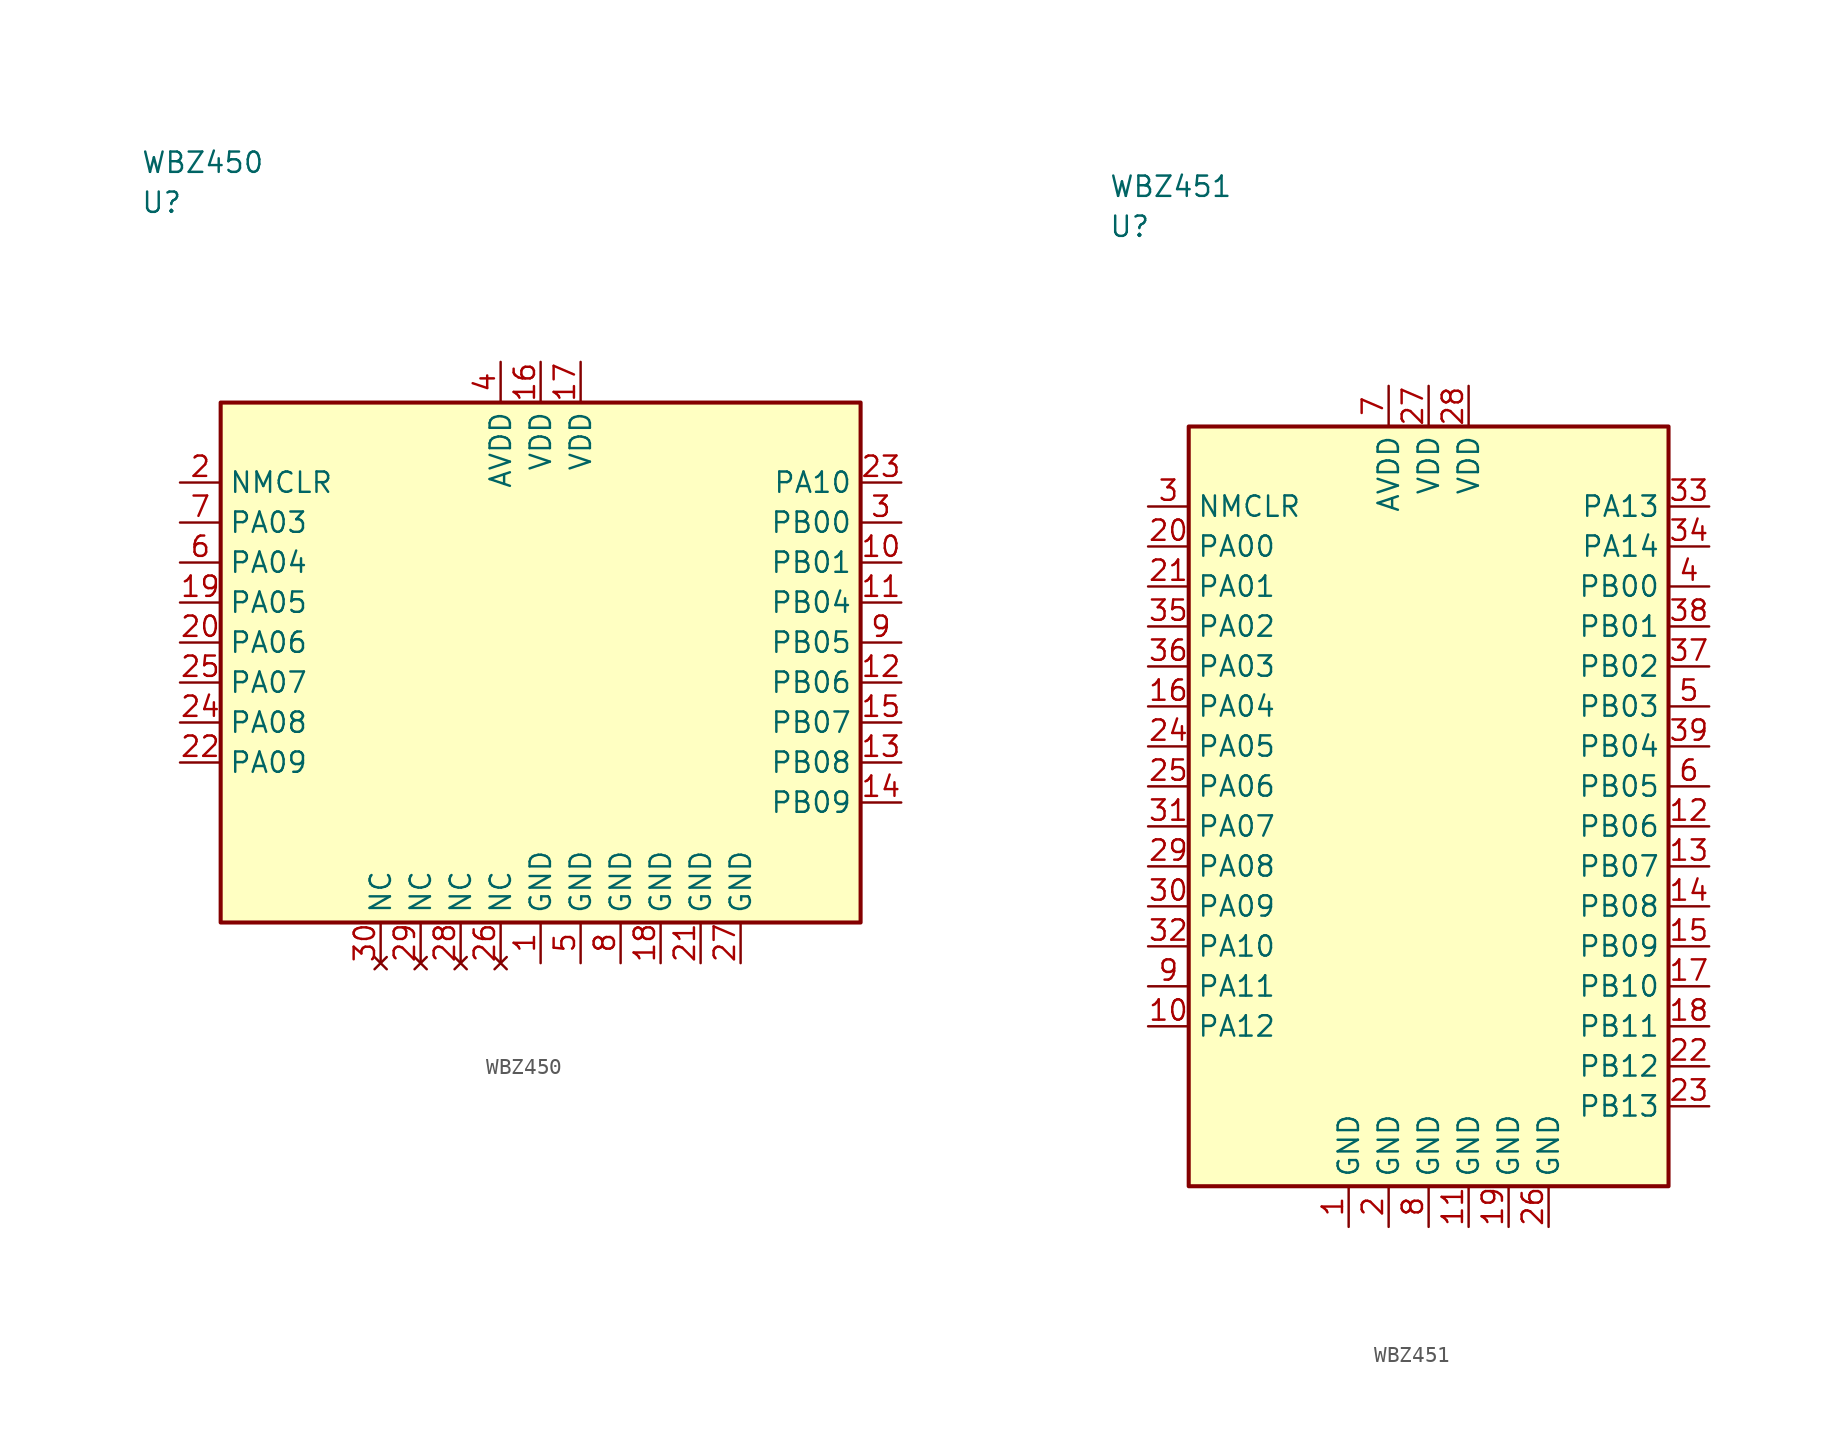
<source format=kicad_sym>
(kicad_symbol_lib
  (version 20241025)
  (generator "kicad_symbol_editor")
  (generator_version "8.0")
  (symbol "WBZ450"
    (property "Reference" "U"
      (at -25.0 28.75 0)
      (effects (font (size 1.27 1.27)) (justify left)))
    (property "Value" "WBZ450"
      (at -25.0 31.25 0)
      (effects (font (size 1.27 1.27)) (justify left)))
    (symbol "WBZ450_0_1"
      (rectangle (start -20.0 16.25) (end 20.0 -16.25) (stroke (width 0.254) (type default)) (fill (type background))))
    (symbol "WBZ450_1_1"
      (pin passive line (at 0.0 -18.79 90.0) (length 2.54) (name "GND" (effects (font (size 1.27 1.27)))) (number "1" (effects (font (size 1.27 1.27)))))
      (pin bidirectional line (at -22.54 11.25 0.0) (length 2.54) (name "NMCLR" (effects (font (size 1.27 1.27)))) (number "2" (effects (font (size 1.27 1.27)))))
      (pin bidirectional line (at 22.54 8.75 180.0) (length 2.54) (name "PB00" (effects (font (size 1.27 1.27)))) (number "3" (effects (font (size 1.27 1.27)))))
      (pin power_in line (at -2.5 18.79 270.0) (length 2.54) (name "AVDD" (effects (font (size 1.27 1.27)))) (number "4" (effects (font (size 1.27 1.27)))))
      (pin passive line (at 2.5 -18.79 90.0) (length 2.54) (name "GND" (effects (font (size 1.27 1.27)))) (number "5" (effects (font (size 1.27 1.27)))))
      (pin bidirectional line (at -22.54 6.25 0.0) (length 2.54) (name "PA04" (effects (font (size 1.27 1.27)))) (number "6" (effects (font (size 1.27 1.27)))))
      (pin bidirectional line (at -22.54 8.75 0.0) (length 2.54) (name "PA03" (effects (font (size 1.27 1.27)))) (number "7" (effects (font (size 1.27 1.27)))))
      (pin passive line (at 5.0 -18.79 90.0) (length 2.54) (name "GND" (effects (font (size 1.27 1.27)))) (number "8" (effects (font (size 1.27 1.27)))))
      (pin bidirectional line (at 22.54 1.25 180.0) (length 2.54) (name "PB05" (effects (font (size 1.27 1.27)))) (number "9" (effects (font (size 1.27 1.27)))))
      (pin bidirectional line (at 22.54 6.25 180.0) (length 2.54) (name "PB01" (effects (font (size 1.27 1.27)))) (number "10" (effects (font (size 1.27 1.27)))))
      (pin bidirectional line (at 22.54 3.75 180.0) (length 2.54) (name "PB04" (effects (font (size 1.27 1.27)))) (number "11" (effects (font (size 1.27 1.27)))))
      (pin bidirectional line (at 22.54 -1.25 180.0) (length 2.54) (name "PB06" (effects (font (size 1.27 1.27)))) (number "12" (effects (font (size 1.27 1.27)))))
      (pin bidirectional line (at 22.54 -6.25 180.0) (length 2.54) (name "PB08" (effects (font (size 1.27 1.27)))) (number "13" (effects (font (size 1.27 1.27)))))
      (pin bidirectional line (at 22.54 -8.75 180.0) (length 2.54) (name "PB09" (effects (font (size 1.27 1.27)))) (number "14" (effects (font (size 1.27 1.27)))))
      (pin bidirectional line (at 22.54 -3.75 180.0) (length 2.54) (name "PB07" (effects (font (size 1.27 1.27)))) (number "15" (effects (font (size 1.27 1.27)))))
      (pin power_in line (at 0.0 18.79 270.0) (length 2.54) (name "VDD" (effects (font (size 1.27 1.27)))) (number "16" (effects (font (size 1.27 1.27)))))
      (pin power_in line (at 2.5 18.79 270.0) (length 2.54) (name "VDD" (effects (font (size 1.27 1.27)))) (number "17" (effects (font (size 1.27 1.27)))))
      (pin passive line (at 7.5 -18.79 90.0) (length 2.54) (name "GND" (effects (font (size 1.27 1.27)))) (number "18" (effects (font (size 1.27 1.27)))))
      (pin bidirectional line (at -22.54 3.75 0.0) (length 2.54) (name "PA05" (effects (font (size 1.27 1.27)))) (number "19" (effects (font (size 1.27 1.27)))))
      (pin bidirectional line (at -22.54 1.25 0.0) (length 2.54) (name "PA06" (effects (font (size 1.27 1.27)))) (number "20" (effects (font (size 1.27 1.27)))))
      (pin passive line (at 10.0 -18.79 90.0) (length 2.54) (name "GND" (effects (font (size 1.27 1.27)))) (number "21" (effects (font (size 1.27 1.27)))))
      (pin bidirectional line (at -22.54 -6.25 0.0) (length 2.54) (name "PA09" (effects (font (size 1.27 1.27)))) (number "22" (effects (font (size 1.27 1.27)))))
      (pin bidirectional line (at 22.54 11.25 180.0) (length 2.54) (name "PA10" (effects (font (size 1.27 1.27)))) (number "23" (effects (font (size 1.27 1.27)))))
      (pin bidirectional line (at -22.54 -3.75 0.0) (length 2.54) (name "PA08" (effects (font (size 1.27 1.27)))) (number "24" (effects (font (size 1.27 1.27)))))
      (pin bidirectional line (at -22.54 -1.25 0.0) (length 2.54) (name "PA07" (effects (font (size 1.27 1.27)))) (number "25" (effects (font (size 1.27 1.27)))))
      (pin no_connect line (at -2.5 -18.79 90.0) (length 2.54) (name "NC" (effects (font (size 1.27 1.27)))) (number "26" (effects (font (size 1.27 1.27)))))
      (pin passive line (at 12.5 -18.79 90.0) (length 2.54) (name "GND" (effects (font (size 1.27 1.27)))) (number "27" (effects (font (size 1.27 1.27)))))
      (pin no_connect line (at -5.0 -18.79 90.0) (length 2.54) (name "NC" (effects (font (size 1.27 1.27)))) (number "28" (effects (font (size 1.27 1.27)))))
      (pin no_connect line (at -7.5 -18.79 90.0) (length 2.54) (name "NC" (effects (font (size 1.27 1.27)))) (number "29" (effects (font (size 1.27 1.27)))))
      (pin no_connect line (at -10.0 -18.79 90.0) (length 2.54) (name "NC" (effects (font (size 1.27 1.27)))) (number "30" (effects (font (size 1.27 1.27)))))))
  (symbol "WBZ451"
    (property "Reference" "U"
      (at -20.0 36.25 0)
      (effects (font (size 1.27 1.27)) (justify left)))
    (property "Value" "WBZ451"
      (at -20.0 38.75 0)
      (effects (font (size 1.27 1.27)) (justify left)))
    (symbol "WBZ451_0_1"
      (rectangle (start -15.0 23.75) (end 15.0 -23.75) (stroke (width 0.254) (type default)) (fill (type background))))
    (symbol "WBZ451_1_1"
      (pin passive line (at -5.0 -26.29 90.0) (length 2.54) (name "GND" (effects (font (size 1.27 1.27)))) (number "1" (effects (font (size 1.27 1.27)))))
      (pin passive line (at -2.5 -26.29 90.0) (length 2.54) (name "GND" (effects (font (size 1.27 1.27)))) (number "2" (effects (font (size 1.27 1.27)))))
      (pin bidirectional line (at -17.54 18.75 0.0) (length 2.54) (name "NMCLR" (effects (font (size 1.27 1.27)))) (number "3" (effects (font (size 1.27 1.27)))))
      (pin bidirectional line (at 17.54 13.75 180.0) (length 2.54) (name "PB00" (effects (font (size 1.27 1.27)))) (number "4" (effects (font (size 1.27 1.27)))))
      (pin bidirectional line (at 17.54 6.25 180.0) (length 2.54) (name "PB03" (effects (font (size 1.27 1.27)))) (number "5" (effects (font (size 1.27 1.27)))))
      (pin bidirectional line (at 17.54 1.25 180.0) (length 2.54) (name "PB05" (effects (font (size 1.27 1.27)))) (number "6" (effects (font (size 1.27 1.27)))))
      (pin power_in line (at -2.5 26.29 270.0) (length 2.54) (name "AVDD" (effects (font (size 1.27 1.27)))) (number "7" (effects (font (size 1.27 1.27)))))
      (pin passive line (at 0.0 -26.29 90.0) (length 2.54) (name "GND" (effects (font (size 1.27 1.27)))) (number "8" (effects (font (size 1.27 1.27)))))
      (pin bidirectional line (at -17.54 -11.25 0.0) (length 2.54) (name "PA11" (effects (font (size 1.27 1.27)))) (number "9" (effects (font (size 1.27 1.27)))))
      (pin bidirectional line (at -17.54 -13.75 0.0) (length 2.54) (name "PA12" (effects (font (size 1.27 1.27)))) (number "10" (effects (font (size 1.27 1.27)))))
      (pin passive line (at 2.5 -26.29 90.0) (length 2.54) (name "GND" (effects (font (size 1.27 1.27)))) (number "11" (effects (font (size 1.27 1.27)))))
      (pin bidirectional line (at 17.54 -1.25 180.0) (length 2.54) (name "PB06" (effects (font (size 1.27 1.27)))) (number "12" (effects (font (size 1.27 1.27)))))
      (pin bidirectional line (at 17.54 -3.75 180.0) (length 2.54) (name "PB07" (effects (font (size 1.27 1.27)))) (number "13" (effects (font (size 1.27 1.27)))))
      (pin bidirectional line (at 17.54 -6.25 180.0) (length 2.54) (name "PB08" (effects (font (size 1.27 1.27)))) (number "14" (effects (font (size 1.27 1.27)))))
      (pin bidirectional line (at 17.54 -8.75 180.0) (length 2.54) (name "PB09" (effects (font (size 1.27 1.27)))) (number "15" (effects (font (size 1.27 1.27)))))
      (pin bidirectional line (at -17.54 6.25 0.0) (length 2.54) (name "PA04" (effects (font (size 1.27 1.27)))) (number "16" (effects (font (size 1.27 1.27)))))
      (pin bidirectional line (at 17.54 -11.25 180.0) (length 2.54) (name "PB10" (effects (font (size 1.27 1.27)))) (number "17" (effects (font (size 1.27 1.27)))))
      (pin bidirectional line (at 17.54 -13.75 180.0) (length 2.54) (name "PB11" (effects (font (size 1.27 1.27)))) (number "18" (effects (font (size 1.27 1.27)))))
      (pin passive line (at 5.0 -26.29 90.0) (length 2.54) (name "GND" (effects (font (size 1.27 1.27)))) (number "19" (effects (font (size 1.27 1.27)))))
      (pin bidirectional line (at -17.54 16.25 0.0) (length 2.54) (name "PA00" (effects (font (size 1.27 1.27)))) (number "20" (effects (font (size 1.27 1.27)))))
      (pin bidirectional line (at -17.54 13.75 0.0) (length 2.54) (name "PA01" (effects (font (size 1.27 1.27)))) (number "21" (effects (font (size 1.27 1.27)))))
      (pin bidirectional line (at 17.54 -16.25 180.0) (length 2.54) (name "PB12" (effects (font (size 1.27 1.27)))) (number "22" (effects (font (size 1.27 1.27)))))
      (pin bidirectional line (at 17.54 -18.75 180.0) (length 2.54) (name "PB13" (effects (font (size 1.27 1.27)))) (number "23" (effects (font (size 1.27 1.27)))))
      (pin bidirectional line (at -17.54 3.75 0.0) (length 2.54) (name "PA05" (effects (font (size 1.27 1.27)))) (number "24" (effects (font (size 1.27 1.27)))))
      (pin bidirectional line (at -17.54 1.25 0.0) (length 2.54) (name "PA06" (effects (font (size 1.27 1.27)))) (number "25" (effects (font (size 1.27 1.27)))))
      (pin passive line (at 7.5 -26.29 90.0) (length 2.54) (name "GND" (effects (font (size 1.27 1.27)))) (number "26" (effects (font (size 1.27 1.27)))))
      (pin power_in line (at 0.0 26.29 270.0) (length 2.54) (name "VDD" (effects (font (size 1.27 1.27)))) (number "27" (effects (font (size 1.27 1.27)))))
      (pin power_in line (at 2.5 26.29 270.0) (length 2.54) (name "VDD" (effects (font (size 1.27 1.27)))) (number "28" (effects (font (size 1.27 1.27)))))
      (pin bidirectional line (at -17.54 -3.75 0.0) (length 2.54) (name "PA08" (effects (font (size 1.27 1.27)))) (number "29" (effects (font (size 1.27 1.27)))))
      (pin bidirectional line (at -17.54 -6.25 0.0) (length 2.54) (name "PA09" (effects (font (size 1.27 1.27)))) (number "30" (effects (font (size 1.27 1.27)))))
      (pin bidirectional line (at -17.54 -1.25 0.0) (length 2.54) (name "PA07" (effects (font (size 1.27 1.27)))) (number "31" (effects (font (size 1.27 1.27)))))
      (pin bidirectional line (at -17.54 -8.75 0.0) (length 2.54) (name "PA10" (effects (font (size 1.27 1.27)))) (number "32" (effects (font (size 1.27 1.27)))))
      (pin bidirectional line (at 17.54 18.75 180.0) (length 2.54) (name "PA13" (effects (font (size 1.27 1.27)))) (number "33" (effects (font (size 1.27 1.27)))))
      (pin bidirectional line (at 17.54 16.25 180.0) (length 2.54) (name "PA14" (effects (font (size 1.27 1.27)))) (number "34" (effects (font (size 1.27 1.27)))))
      (pin bidirectional line (at -17.54 11.25 0.0) (length 2.54) (name "PA02" (effects (font (size 1.27 1.27)))) (number "35" (effects (font (size 1.27 1.27)))))
      (pin bidirectional line (at -17.54 8.75 0.0) (length 2.54) (name "PA03" (effects (font (size 1.27 1.27)))) (number "36" (effects (font (size 1.27 1.27)))))
      (pin bidirectional line (at 17.54 8.75 180.0) (length 2.54) (name "PB02" (effects (font (size 1.27 1.27)))) (number "37" (effects (font (size 1.27 1.27)))))
      (pin bidirectional line (at 17.54 11.25 180.0) (length 2.54) (name "PB01" (effects (font (size 1.27 1.27)))) (number "38" (effects (font (size 1.27 1.27)))))
      (pin bidirectional line (at 17.54 3.75 180.0) (length 2.54) (name "PB04" (effects (font (size 1.27 1.27)))) (number "39" (effects (font (size 1.27 1.27))))))))
</source>
